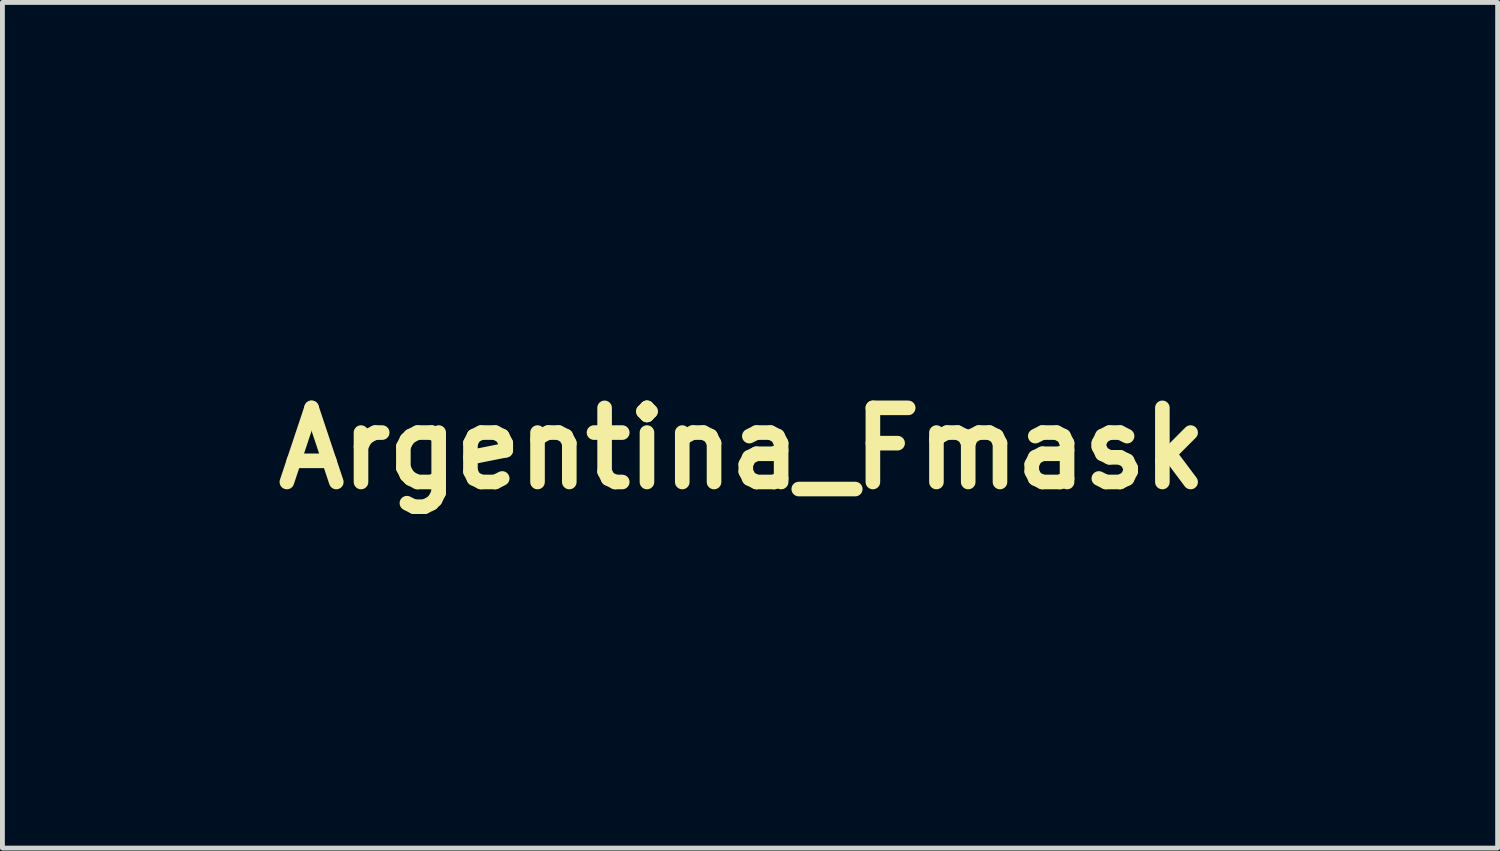
<source format=kicad_pcb>
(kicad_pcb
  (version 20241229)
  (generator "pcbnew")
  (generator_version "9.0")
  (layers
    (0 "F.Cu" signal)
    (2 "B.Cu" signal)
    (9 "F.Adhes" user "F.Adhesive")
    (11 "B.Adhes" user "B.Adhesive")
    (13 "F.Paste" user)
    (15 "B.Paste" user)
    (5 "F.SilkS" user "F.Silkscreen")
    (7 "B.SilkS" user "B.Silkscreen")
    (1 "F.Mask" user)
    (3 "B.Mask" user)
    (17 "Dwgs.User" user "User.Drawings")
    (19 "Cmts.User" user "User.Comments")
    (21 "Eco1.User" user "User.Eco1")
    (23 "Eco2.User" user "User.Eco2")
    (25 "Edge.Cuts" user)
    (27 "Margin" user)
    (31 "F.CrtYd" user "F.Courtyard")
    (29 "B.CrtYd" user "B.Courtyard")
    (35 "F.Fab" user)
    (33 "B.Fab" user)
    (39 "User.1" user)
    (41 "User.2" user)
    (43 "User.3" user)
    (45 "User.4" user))
  (footprint "Argentina_Fmask"
    (layer "F.Cu")
    (at 12.209 6.169)
    (property "Reference" "Argentina_Fmask" (at 0 0 0) (layer "F.SilkS") (effects (font (size 1.524 1.524) (thickness 0.3))))
    (attr through_hole)
    (fp_poly (pts (xy 4.425 -6.134) (xy 4.548 -6.054) (xy 4.646 -5.942) (xy 4.701 -5.815) (xy 4.707 -5.757) (xy 4.677 -5.638) (xy 4.599 -5.521) (xy 4.491 -5.423) (xy 4.371 -5.362) (xy 4.301 -5.351) (xy 4.215 -5.369) (xy 4.117 -5.412) (xy 4.108 -5.417) (xy 4.002 -5.51) (xy 3.926 -5.631) (xy 3.895 -5.753) (xy 3.895 -5.757) (xy 3.925 -5.882) (xy 4.003 -6.002) (xy 4.112 -6.099) (xy 4.235 -6.156) (xy 4.294 -6.164) (xy 4.425 -6.134)) (stroke (width 0.01) (type solid)) (fill yes) (layer "F.Mask"))
    (fp_poly (pts (xy 4.657 -3.518) (xy 4.656 -3.129) (xy 4.654 -2.798) (xy 4.65 -2.525) (xy 4.645 -2.313) (xy 4.638 -2.163) (xy 4.629 -2.078) (xy 4.623 -2.058) (xy 4.574 -2.046) (xy 4.479 -2.039) (xy 4.36 -2.036) (xy 4.238 -2.037) (xy 4.135 -2.043) (xy 4.073 -2.054) (xy 4.072 -2.054) (xy 4.06 -2.074) (xy 4.051 -2.128) (xy 4.043 -2.219) (xy 4.037 -2.354) (xy 4.034 -2.539) (xy 4.031 -2.779) (xy 4.03 -3.078) (xy 4.03 -3.205) (xy 4.029 -3.539) (xy 4.027 -3.813) (xy 4.023 -4.036) (xy 4.017 -4.215) (xy 4.008 -4.357) (xy 3.997 -4.472) (xy 3.983 -4.566) (xy 3.977 -4.595) (xy 3.95 -4.753) (xy 3.946 -4.851) (xy 3.958 -4.886) (xy 4.005 -4.903) (xy 4.103 -4.918) (xy 4.236 -4.931) (xy 4.325 -4.937) (xy 4.657 -4.953) (xy 4.657 -3.518)) (stroke (width 0.01) (type solid)) (fill yes) (layer "F.Mask"))
    (fp_poly (pts (xy -7.205 -4.972) (xy -6.993 -4.961) (xy -6.983 -4.799) (xy -6.986 -4.692) (xy -7.002 -4.569) (xy -7.029 -4.447) (xy -7.06 -4.345) (xy -7.093 -4.28) (xy -7.112 -4.267) (xy -7.16 -4.284) (xy -7.237 -4.324) (xy -7.255 -4.335) (xy -7.412 -4.393) (xy -7.585 -4.392) (xy -7.757 -4.333) (xy -7.772 -4.325) (xy -7.908 -4.248) (xy -7.907 -3.165) (xy -7.908 -2.835) (xy -7.911 -2.559) (xy -7.917 -2.341) (xy -7.924 -2.182) (xy -7.933 -2.087) (xy -7.941 -2.058) (xy -7.991 -2.045) (xy -8.085 -2.037) (xy -8.204 -2.033) (xy -8.327 -2.034) (xy -8.432 -2.039) (xy -8.499 -2.049) (xy -8.512 -2.055) (xy -8.517 -2.093) (xy -8.522 -2.19) (xy -8.527 -2.34) (xy -8.53 -2.532) (xy -8.533 -2.759) (xy -8.534 -3.013) (xy -8.534 -3.178) (xy -8.536 -3.475) (xy -8.539 -3.759) (xy -8.545 -4.02) (xy -8.552 -4.247) (xy -8.561 -4.43) (xy -8.57 -4.558) (xy -8.573 -4.579) (xy -8.587 -4.715) (xy -8.594 -4.825) (xy -8.591 -4.892) (xy -8.587 -4.903) (xy -8.545 -4.915) (xy -8.451 -4.926) (xy -8.32 -4.935) (xy -8.223 -4.939) (xy -7.882 -4.951) (xy -7.906 -4.762) (xy -7.916 -4.659) (xy -7.919 -4.59) (xy -7.915 -4.572) (xy -7.889 -4.598) (xy -7.841 -4.663) (xy -7.808 -4.71) (xy -7.678 -4.851) (xy -7.508 -4.938) (xy -7.296 -4.972) (xy -7.205 -4.972)) (stroke (width 0.01) (type solid)) (fill yes) (layer "F.Mask"))
    (fp_poly (pts (xy 2.743 -4.911) (xy 3.522 -4.911) (xy 3.522 -4.714) (xy 3.515 -4.6) (xy 3.498 -4.512) (xy 3.481 -4.477) (xy 3.426 -4.454) (xy 3.33 -4.439) (xy 3.27 -4.436) (xy 3.127 -4.432) (xy 2.972 -4.42) (xy 2.919 -4.414) (xy 2.738 -4.393) (xy 2.749 -3.509) (xy 2.753 -3.222) (xy 2.758 -2.994) (xy 2.766 -2.82) (xy 2.779 -2.689) (xy 2.797 -2.596) (xy 2.823 -2.532) (xy 2.859 -2.489) (xy 2.905 -2.461) (xy 2.964 -2.438) (xy 2.976 -2.434) (xy 3.077 -2.416) (xy 3.207 -2.41) (xy 3.287 -2.414) (xy 3.408 -2.419) (xy 3.479 -2.398) (xy 3.512 -2.338) (xy 3.521 -2.227) (xy 3.522 -2.195) (xy 3.517 -2.148) (xy 3.495 -2.116) (xy 3.439 -2.091) (xy 3.337 -2.066) (xy 3.277 -2.053) (xy 3.052 -2.009) (xy 2.89 -1.984) (xy 2.79 -1.977) (xy 2.76 -1.981) (xy 2.707 -1.994) (xy 2.618 -2.011) (xy 2.599 -2.014) (xy 2.44 -2.073) (xy 2.306 -2.189) (xy 2.209 -2.35) (xy 2.181 -2.429) (xy 2.164 -2.498) (xy 2.151 -2.579) (xy 2.142 -2.681) (xy 2.137 -2.813) (xy 2.135 -2.985) (xy 2.135 -3.206) (xy 2.138 -3.484) (xy 2.138 -3.509) (xy 2.151 -4.403) (xy 1.973 -4.403) (xy 1.868 -4.406) (xy 1.811 -4.421) (xy 1.784 -4.457) (xy 1.776 -4.483) (xy 1.765 -4.574) (xy 1.767 -4.675) (xy 1.778 -4.741) (xy 1.807 -4.781) (xy 1.871 -4.81) (xy 1.964 -4.835) (xy 2.07 -4.868) (xy 2.149 -4.902) (xy 2.175 -4.922) (xy 2.189 -4.976) (xy 2.199 -5.073) (xy 2.201 -5.148) (xy 2.21 -5.317) (xy 2.24 -5.432) (xy 2.304 -5.506) (xy 2.412 -5.55) (xy 2.576 -5.578) (xy 2.581 -5.578) (xy 2.743 -5.597) (xy 2.743 -4.911)) (stroke (width 0.01) (type solid)) (fill yes) (layer "F.Mask"))
    (fp_poly (pts (xy -2.379 -4.957) (xy -2.138 -4.892) (xy -1.943 -4.781) (xy -1.79 -4.622) (xy -1.705 -4.479) (xy -1.659 -4.378) (xy -1.63 -4.283) (xy -1.612 -4.174) (xy -1.601 -4.029) (xy -1.598 -3.929) (xy -1.596 -3.764) (xy -1.601 -3.62) (xy -1.613 -3.515) (xy -1.622 -3.48) (xy -1.658 -3.387) (xy -3.362 -3.387) (xy -3.338 -3.209) (xy -3.301 -2.997) (xy -3.248 -2.834) (xy -3.173 -2.705) (xy -3.117 -2.639) (xy -2.954 -2.515) (xy -2.759 -2.449) (xy -2.531 -2.442) (xy -2.27 -2.494) (xy -1.988 -2.599) (xy -1.865 -2.648) (xy -1.789 -2.662) (xy -1.755 -2.649) (xy -1.734 -2.599) (xy -1.715 -2.502) (xy -1.702 -2.379) (xy -1.685 -2.146) (xy -1.935 -2.066) (xy -2.146 -2.015) (xy -2.385 -1.984) (xy -2.628 -1.972) (xy -2.854 -1.982) (xy -3.039 -2.014) (xy -3.04 -2.015) (xy -3.311 -2.118) (xy -3.531 -2.265) (xy -3.704 -2.458) (xy -3.832 -2.699) (xy -3.914 -2.975) (xy -3.955 -3.277) (xy -3.959 -3.587) (xy -3.933 -3.82) (xy -3.318 -3.82) (xy -3.294 -3.772) (xy -3.26 -3.772) (xy -3.206 -3.779) (xy -3.098 -3.788) (xy -2.95 -3.798) (xy -2.776 -3.808) (xy -2.701 -3.812) (xy -2.201 -3.835) (xy -2.201 -3.935) (xy -2.218 -4.093) (xy -2.263 -4.249) (xy -2.327 -4.376) (xy -2.361 -4.417) (xy -2.47 -4.486) (xy -2.617 -4.526) (xy -2.776 -4.532) (xy -2.845 -4.521) (xy -2.984 -4.46) (xy -3.113 -4.35) (xy -3.217 -4.208) (xy -3.268 -4.088) (xy -3.309 -3.925) (xy -3.318 -3.82) (xy -3.933 -3.82) (xy -3.925 -3.889) (xy -3.858 -4.169) (xy -3.758 -4.41) (xy -3.707 -4.496) (xy -3.552 -4.687) (xy -3.369 -4.827) (xy -3.152 -4.919) (xy -2.892 -4.968) (xy -2.67 -4.978) (xy -2.379 -4.957)) (stroke (width 0.01) (type solid)) (fill yes) (layer "F.Mask"))
    (fp_poly (pts (xy -10.511 -5.987) (xy -10.289 -5.977) (xy -9.688 -4.335) (xy -9.568 -4.007) (xy -9.451 -3.69) (xy -9.339 -3.391) (xy -9.237 -3.118) (xy -9.146 -2.878) (xy -9.069 -2.678) (xy -9.009 -2.526) (xy -8.969 -2.429) (xy -8.963 -2.417) (xy -8.908 -2.29) (xy -8.865 -2.186) (xy -8.842 -2.119) (xy -8.839 -2.107) (xy -8.87 -2.084) (xy -8.953 -2.064) (xy -9.071 -2.048) (xy -9.207 -2.037) (xy -9.347 -2.035) (xy -9.428 -2.038) (xy -9.594 -2.049) (xy -9.735 -2.523) (xy -9.876 -2.997) (xy -11.258 -2.997) (xy -11.395 -2.547) (xy -11.448 -2.381) (xy -11.5 -2.237) (xy -11.544 -2.13) (xy -11.576 -2.071) (xy -11.582 -2.065) (xy -11.644 -2.048) (xy -11.75 -2.038) (xy -11.879 -2.034) (xy -12.009 -2.036) (xy -12.118 -2.045) (xy -12.184 -2.06) (xy -12.187 -2.062) (xy -12.204 -2.088) (xy -12.201 -2.139) (xy -12.175 -2.228) (xy -12.124 -2.364) (xy -12.113 -2.392) (xy -12.066 -2.512) (xy -12.002 -2.681) (xy -11.924 -2.892) (xy -11.835 -3.137) (xy -11.737 -3.406) (xy -11.678 -3.569) (xy -11.068 -3.569) (xy -11.062 -3.551) (xy -11.026 -3.538) (xy -10.952 -3.529) (xy -10.831 -3.524) (xy -10.656 -3.522) (xy -10.556 -3.522) (xy -10.033 -3.522) (xy -10.29 -4.318) (xy -10.361 -4.537) (xy -10.426 -4.733) (xy -10.482 -4.897) (xy -10.526 -5.021) (xy -10.555 -5.095) (xy -10.565 -5.114) (xy -10.578 -5.083) (xy -10.609 -4.999) (xy -10.653 -4.871) (xy -10.706 -4.711) (xy -10.766 -4.53) (xy -10.829 -4.337) (xy -10.892 -4.144) (xy -10.95 -3.962) (xy -11 -3.801) (xy -11.039 -3.672) (xy -11.064 -3.586) (xy -11.068 -3.569) (xy -11.678 -3.569) (xy -11.633 -3.693) (xy -11.526 -3.99) (xy -11.419 -4.287) (xy -11.316 -4.577) (xy -11.218 -4.852) (xy -11.13 -5.104) (xy -11.053 -5.324) (xy -10.99 -5.505) (xy -10.945 -5.639) (xy -10.921 -5.716) (xy -10.875 -5.848) (xy -10.827 -5.937) (xy -10.798 -5.963) (xy -10.732 -5.98) (xy -10.624 -5.988) (xy -10.511 -5.987)) (stroke (width 0.01) (type solid)) (fill yes) (layer "F.Mask"))
    (fp_poly (pts (xy 0.755 -4.957) (xy 0.942 -4.891) (xy 1.102 -4.773) (xy 1.108 -4.768) (xy 1.159 -4.714) (xy 1.201 -4.658) (xy 1.235 -4.591) (xy 1.262 -4.507) (xy 1.283 -4.398) (xy 1.299 -4.258) (xy 1.311 -4.079) (xy 1.32 -3.854) (xy 1.327 -3.576) (xy 1.334 -3.238) (xy 1.334 -3.212) (xy 1.34 -2.897) (xy 1.345 -2.644) (xy 1.346 -2.445) (xy 1.343 -2.293) (xy 1.334 -2.184) (xy 1.317 -2.109) (xy 1.289 -2.063) (xy 1.251 -2.039) (xy 1.199 -2.03) (xy 1.133 -2.03) (xy 1.051 -2.032) (xy 1.033 -2.032) (xy 0.946 -2.03) (xy 0.876 -2.03) (xy 0.821 -2.037) (xy 0.78 -2.06) (xy 0.75 -2.103) (xy 0.731 -2.174) (xy 0.719 -2.28) (xy 0.713 -2.427) (xy 0.711 -2.622) (xy 0.711 -2.872) (xy 0.711 -3.17) (xy 0.711 -4.266) (xy 0.612 -4.377) (xy 0.555 -4.436) (xy 0.503 -4.468) (xy 0.432 -4.482) (xy 0.321 -4.484) (xy 0.282 -4.483) (xy 0.008 -4.45) (xy -0.152 -4.398) (xy -0.356 -4.318) (xy -0.365 -3.202) (xy -0.368 -2.877) (xy -0.372 -2.614) (xy -0.377 -2.409) (xy -0.384 -2.256) (xy -0.392 -2.15) (xy -0.403 -2.087) (xy -0.415 -2.06) (xy -0.415 -2.06) (xy -0.472 -2.045) (xy -0.573 -2.037) (xy -0.697 -2.034) (xy -0.819 -2.036) (xy -0.919 -2.045) (xy -0.97 -2.058) (xy -0.982 -2.086) (xy -0.991 -2.159) (xy -0.998 -2.279) (xy -1.002 -2.451) (xy -1.005 -2.68) (xy -1.005 -2.969) (xy -1.004 -3.217) (xy -1.004 -3.588) (xy -1.006 -3.897) (xy -1.011 -4.149) (xy -1.019 -4.349) (xy -1.03 -4.503) (xy -1.044 -4.617) (xy -1.044 -4.617) (xy -1.063 -4.744) (xy -1.071 -4.845) (xy -1.069 -4.9) (xy -1.067 -4.905) (xy -1.025 -4.915) (xy -0.932 -4.922) (xy -0.801 -4.927) (xy -0.701 -4.928) (xy -0.358 -4.928) (xy -0.368 -4.759) (xy -0.379 -4.591) (xy -0.212 -4.747) (xy -0.078 -4.852) (xy 0.068 -4.922) (xy 0.243 -4.962) (xy 0.462 -4.978) (xy 0.528 -4.978) (xy 0.755 -4.957)) (stroke (width 0.01) (type solid)) (fill yes) (layer "F.Mask"))
    (fp_poly (pts (xy 7.171 -4.96) (xy 7.361 -4.901) (xy 7.512 -4.798) (xy 7.635 -4.643) (xy 7.666 -4.589) (xy 7.685 -4.55) (xy 7.701 -4.508) (xy 7.714 -4.456) (xy 7.724 -4.386) (xy 7.731 -4.291) (xy 7.738 -4.163) (xy 7.743 -3.995) (xy 7.748 -3.779) (xy 7.752 -3.509) (xy 7.755 -3.268) (xy 7.76 -2.912) (xy 7.761 -2.616) (xy 7.759 -2.381) (xy 7.755 -2.208) (xy 7.748 -2.1) (xy 7.739 -2.058) (xy 7.739 -2.058) (xy 7.689 -2.046) (xy 7.594 -2.037) (xy 7.474 -2.033) (xy 7.35 -2.033) (xy 7.244 -2.038) (xy 7.178 -2.048) (xy 7.174 -2.049) (xy 7.161 -2.066) (xy 7.151 -2.108) (xy 7.144 -2.183) (xy 7.139 -2.296) (xy 7.136 -2.454) (xy 7.136 -2.664) (xy 7.137 -2.93) (xy 7.138 -3.141) (xy 7.141 -3.458) (xy 7.142 -3.714) (xy 7.139 -3.917) (xy 7.133 -4.073) (xy 7.122 -4.191) (xy 7.104 -4.276) (xy 7.079 -4.337) (xy 7.045 -4.38) (xy 7.001 -4.413) (xy 6.946 -4.442) (xy 6.928 -4.451) (xy 6.842 -4.487) (xy 6.763 -4.5) (xy 6.661 -4.492) (xy 6.589 -4.481) (xy 6.437 -4.446) (xy 6.279 -4.397) (xy 6.202 -4.367) (xy 6.021 -4.29) (xy 6.033 -3.178) (xy 6.036 -2.865) (xy 6.037 -2.613) (xy 6.037 -2.417) (xy 6.034 -2.27) (xy 6.029 -2.166) (xy 6.021 -2.098) (xy 6.011 -2.061) (xy 6 -2.049) (xy 5.944 -2.041) (xy 5.843 -2.036) (xy 5.72 -2.035) (xy 5.596 -2.037) (xy 5.494 -2.043) (xy 5.437 -2.051) (xy 5.436 -2.052) (xy 5.425 -2.09) (xy 5.418 -2.194) (xy 5.413 -2.361) (xy 5.41 -2.59) (xy 5.411 -2.878) (xy 5.413 -3.124) (xy 5.415 -3.492) (xy 5.413 -3.821) (xy 5.407 -4.105) (xy 5.399 -4.336) (xy 5.386 -4.507) (xy 5.384 -4.532) (xy 5.369 -4.679) (xy 5.362 -4.8) (xy 5.362 -4.88) (xy 5.367 -4.904) (xy 5.409 -4.915) (xy 5.503 -4.926) (xy 5.633 -4.935) (xy 5.731 -4.939) (xy 6.071 -4.951) (xy 6.023 -4.555) (xy 6.17 -4.712) (xy 6.317 -4.838) (xy 6.492 -4.921) (xy 6.706 -4.966) (xy 6.933 -4.978) (xy 7.171 -4.96)) (stroke (width 0.01) (type solid)) (fill yes) (layer "F.Mask"))
    (fp_poly (pts (xy 9.537 -4.975) (xy 9.653 -4.967) (xy 9.749 -4.951) (xy 9.834 -4.928) (xy 10.051 -4.827) (xy 10.232 -4.676) (xy 10.364 -4.487) (xy 10.368 -4.479) (xy 10.391 -4.429) (xy 10.41 -4.377) (xy 10.424 -4.316) (xy 10.435 -4.236) (xy 10.444 -4.129) (xy 10.452 -3.986) (xy 10.459 -3.799) (xy 10.466 -3.559) (xy 10.471 -3.353) (xy 10.478 -3.095) (xy 10.487 -2.853) (xy 10.497 -2.636) (xy 10.508 -2.454) (xy 10.518 -2.319) (xy 10.527 -2.239) (xy 10.528 -2.235) (xy 10.542 -2.138) (xy 10.54 -2.069) (xy 10.533 -2.053) (xy 10.488 -2.04) (xy 10.392 -2.029) (xy 10.261 -2.022) (xy 10.171 -2.019) (xy 9.838 -2.015) (xy 9.848 -2.201) (xy 9.859 -2.388) (xy 9.711 -2.23) (xy 9.603 -2.129) (xy 9.488 -2.059) (xy 9.351 -2.014) (xy 9.173 -1.987) (xy 9.042 -1.977) (xy 8.871 -1.975) (xy 8.746 -1.99) (xy 8.67 -2.016) (xy 8.486 -2.129) (xy 8.351 -2.285) (xy 8.26 -2.488) (xy 8.226 -2.627) (xy 8.214 -2.827) (xy 8.839 -2.827) (xy 8.852 -2.678) (xy 8.897 -2.575) (xy 8.982 -2.5) (xy 9.001 -2.489) (xy 9.122 -2.453) (xy 9.282 -2.451) (xy 9.461 -2.483) (xy 9.641 -2.545) (xy 9.663 -2.556) (xy 9.855 -2.647) (xy 9.855 -3.294) (xy 9.603 -3.272) (xy 9.336 -3.237) (xy 9.132 -3.184) (xy 8.984 -3.112) (xy 8.89 -3.018) (xy 8.845 -2.898) (xy 8.839 -2.827) (xy 8.214 -2.827) (xy 8.211 -2.872) (xy 8.258 -3.095) (xy 8.363 -3.289) (xy 8.523 -3.448) (xy 8.712 -3.556) (xy 8.87 -3.613) (xy 9.07 -3.666) (xy 9.285 -3.712) (xy 9.491 -3.744) (xy 9.661 -3.759) (xy 9.677 -3.759) (xy 9.855 -3.759) (xy 9.855 -3.869) (xy 9.827 -4.077) (xy 9.749 -4.252) (xy 9.625 -4.385) (xy 9.46 -4.468) (xy 9.446 -4.472) (xy 9.285 -4.492) (xy 9.091 -4.479) (xy 8.888 -4.437) (xy 8.701 -4.368) (xy 8.689 -4.363) (xy 8.598 -4.324) (xy 8.532 -4.307) (xy 8.514 -4.31) (xy 8.492 -4.361) (xy 8.469 -4.457) (xy 8.449 -4.575) (xy 8.436 -4.694) (xy 8.434 -4.746) (xy 8.438 -4.824) (xy 8.465 -4.867) (xy 8.533 -4.896) (xy 8.577 -4.909) (xy 8.665 -4.926) (xy 8.803 -4.942) (xy 8.973 -4.957) (xy 9.157 -4.967) (xy 9.183 -4.968) (xy 9.386 -4.975) (xy 9.537 -4.975)) (stroke (width 0.01) (type solid)) (fill yes) (layer "F.Mask"))
    (fp_poly (pts (xy -4.217 -4.966) (xy -4.187 -4.935) (xy -4.171 -4.862) (xy -4.166 -4.735) (xy -4.166 -4.734) (xy -4.17 -4.607) (xy -4.179 -4.497) (xy -4.188 -4.441) (xy -4.21 -4.39) (xy -4.253 -4.372) (xy -4.339 -4.379) (xy -4.342 -4.379) (xy -4.456 -4.41) (xy -4.577 -4.466) (xy -4.608 -4.484) (xy -4.689 -4.536) (xy -4.745 -4.568) (xy -4.757 -4.572) (xy -4.75 -4.547) (xy -4.713 -4.485) (xy -4.69 -4.449) (xy -4.591 -4.246) (xy -4.548 -4.023) (xy -4.559 -3.793) (xy -4.621 -3.571) (xy -4.733 -3.37) (xy -4.89 -3.204) (xy -4.904 -3.193) (xy -5.069 -3.091) (xy -5.252 -3.025) (xy -5.468 -2.99) (xy -5.73 -2.986) (xy -5.784 -2.988) (xy -6.138 -3.003) (xy -6.185 -2.891) (xy -6.225 -2.762) (xy -6.22 -2.668) (xy -6.167 -2.594) (xy -6.166 -2.593) (xy -6.133 -2.572) (xy -6.08 -2.554) (xy -5.998 -2.541) (xy -5.878 -2.529) (xy -5.709 -2.518) (xy -5.483 -2.508) (xy -5.464 -2.507) (xy -5.185 -2.492) (xy -4.964 -2.474) (xy -4.793 -2.45) (xy -4.66 -2.418) (xy -4.558 -2.375) (xy -4.475 -2.319) (xy -4.405 -2.25) (xy -4.295 -2.08) (xy -4.247 -1.899) (xy -4.256 -1.712) (xy -4.319 -1.527) (xy -4.433 -1.349) (xy -4.592 -1.185) (xy -4.794 -1.041) (xy -5.035 -0.923) (xy -5.232 -0.858) (xy -5.404 -0.825) (xy -5.616 -0.803) (xy -5.84 -0.795) (xy -6.049 -0.8) (xy -6.173 -0.814) (xy -6.418 -0.873) (xy -6.624 -0.964) (xy -6.784 -1.082) (xy -6.888 -1.222) (xy -6.911 -1.277) (xy -6.929 -1.435) (xy -6.893 -1.608) (xy -6.388 -1.608) (xy -6.354 -1.476) (xy -6.259 -1.37) (xy -6.105 -1.294) (xy -6.045 -1.277) (xy -5.924 -1.261) (xy -5.762 -1.256) (xy -5.583 -1.262) (xy -5.412 -1.277) (xy -5.274 -1.3) (xy -5.249 -1.307) (xy -5.078 -1.38) (xy -4.945 -1.48) (xy -4.858 -1.599) (xy -4.823 -1.725) (xy -4.848 -1.85) (xy -4.849 -1.852) (xy -4.888 -1.912) (xy -4.948 -1.957) (xy -5.037 -1.99) (xy -5.164 -2.011) (xy -5.337 -2.024) (xy -5.566 -2.029) (xy -5.662 -2.03) (xy -6.193 -2.032) (xy -6.266 -1.929) (xy -6.359 -1.76) (xy -6.388 -1.608) (xy -6.893 -1.608) (xy -6.891 -1.616) (xy -6.799 -1.812) (xy -6.72 -1.93) (xy -6.573 -2.13) (xy -6.69 -2.247) (xy -6.77 -2.349) (xy -6.805 -2.454) (xy -6.792 -2.572) (xy -6.73 -2.711) (xy -6.617 -2.879) (xy -6.548 -2.969) (xy -6.484 -3.052) (xy -6.443 -3.114) (xy -6.435 -3.133) (xy -6.455 -3.169) (xy -6.509 -3.238) (xy -6.566 -3.305) (xy -6.693 -3.495) (xy -6.767 -3.72) (xy -6.79 -3.979) (xy -6.197 -3.979) (xy -6.175 -3.768) (xy -6.108 -3.608) (xy -5.995 -3.499) (xy -5.837 -3.44) (xy -5.636 -3.431) (xy -5.509 -3.448) (xy -5.397 -3.478) (xy -5.342 -3.503) (xy -5.238 -3.611) (xy -5.172 -3.77) (xy -5.148 -3.973) (xy -5.148 -3.984) (xy -5.172 -4.192) (xy -5.244 -4.352) (xy -5.362 -4.463) (xy -5.526 -4.525) (xy -5.672 -4.538) (xy -5.87 -4.514) (xy -6.021 -4.44) (xy -6.126 -4.317) (xy -6.184 -4.145) (xy -6.197 -3.979) (xy -6.79 -3.979) (xy -6.763 -4.252) (xy -6.681 -4.485) (xy -6.544 -4.678) (xy -6.352 -4.832) (xy -6.287 -4.87) (xy -6.209 -4.908) (xy -6.138 -4.934) (xy -6.058 -4.95) (xy -5.953 -4.958) (xy -5.806 -4.961) (xy -5.69 -4.961) (xy -5.504 -4.96) (xy -5.369 -4.954) (xy -5.269 -4.942) (xy -5.188 -4.92) (xy -5.108 -4.888) (xy -5.097 -4.883) (xy -4.928 -4.805) (xy -4.598 -4.896) (xy -4.454 -4.932) (xy -4.33 -4.957) (xy -4.245 -4.968) (xy -4.217 -4.966)) (stroke (width 0.01) (type solid)) (fill yes) (layer "F.Mask"))
    (fp_poly (pts (xy 1.236 -1.007) (xy 1.603 -0.973) (xy 1.953 -0.901) (xy 2.299 -0.787) (xy 2.652 -0.626) (xy 3.026 -0.413) (xy 3.167 -0.324) (xy 3.282 -0.245) (xy 3.428 -0.139) (xy 3.593 -0.014) (xy 3.766 0.119) (xy 3.936 0.253) (xy 4.092 0.379) (xy 4.222 0.488) (xy 4.315 0.571) (xy 4.348 0.605) (xy 4.412 0.676) (xy 4.648 0.465) (xy 4.93 0.219) (xy 5.18 0.018) (xy 5.407 -0.145) (xy 5.621 -0.277) (xy 5.833 -0.384) (xy 6.052 -0.472) (xy 6.333 -0.558) (xy 6.608 -0.612) (xy 6.867 -0.632) (xy 7.102 -0.62) (xy 7.3 -0.576) (xy 7.454 -0.5) (xy 7.506 -0.454) (xy 7.567 -0.373) (xy 7.631 -0.262) (xy 7.691 -0.138) (xy 7.739 -0.016) (xy 7.77 0.087) (xy 7.776 0.154) (xy 7.77 0.168) (xy 7.722 0.174) (xy 7.624 0.159) (xy 7.486 0.125) (xy 7.455 0.116) (xy 7.109 0.044) (xy 6.775 0.031) (xy 6.449 0.081) (xy 6.128 0.193) (xy 5.809 0.369) (xy 5.488 0.611) (xy 5.192 0.887) (xy 4.949 1.135) (xy 5.429 1.531) (xy 5.602 1.672) (xy 5.776 1.813) (xy 5.936 1.941) (xy 6.068 2.045) (xy 6.139 2.099) (xy 6.367 2.272) (xy 6.772 1.901) (xy 7.182 1.54) (xy 7.568 1.236) (xy 7.936 0.986) (xy 8.292 0.785) (xy 8.644 0.631) (xy 8.998 0.521) (xy 9.361 0.451) (xy 9.739 0.417) (xy 9.771 0.416) (xy 10.182 0.422) (xy 10.606 0.465) (xy 11.024 0.542) (xy 11.419 0.65) (xy 11.772 0.785) (xy 11.854 0.823) (xy 11.953 0.873) (xy 12.022 0.918) (xy 12.077 0.972) (xy 12.128 1.049) (xy 12.188 1.164) (xy 12.233 1.253) (xy 12.312 1.423) (xy 12.387 1.606) (xy 12.448 1.773) (xy 12.468 1.836) (xy 12.505 1.967) (xy 12.523 2.05) (xy 12.522 2.101) (xy 12.505 2.138) (xy 12.483 2.164) (xy 12.45 2.196) (xy 12.417 2.206) (xy 12.368 2.189) (xy 12.288 2.142) (xy 12.215 2.095) (xy 11.779 1.851) (xy 11.303 1.656) (xy 10.798 1.513) (xy 10.273 1.424) (xy 9.978 1.401) (xy 9.624 1.404) (xy 9.286 1.453) (xy 8.957 1.55) (xy 8.631 1.698) (xy 8.301 1.901) (xy 7.961 2.162) (xy 7.605 2.482) (xy 7.589 2.497) (xy 7.456 2.625) (xy 7.366 2.719) (xy 7.321 2.788) (xy 7.325 2.843) (xy 7.38 2.894) (xy 7.489 2.952) (xy 7.655 3.025) (xy 7.742 3.063) (xy 8.278 3.269) (xy 8.808 3.415) (xy 9.346 3.503) (xy 9.909 3.537) (xy 9.932 3.537) (xy 10.128 3.54) (xy 10.268 3.544) (xy 10.364 3.552) (xy 10.427 3.565) (xy 10.469 3.584) (xy 10.501 3.611) (xy 10.57 3.68) (xy 10.439 3.847) (xy 10.092 4.244) (xy 9.731 4.579) (xy 9.693 4.609) (xy 9.436 4.816) (xy 8.977 4.801) (xy 8.656 4.777) (xy 8.337 4.726) (xy 8.011 4.644) (xy 7.668 4.53) (xy 7.297 4.378) (xy 6.89 4.188) (xy 6.665 4.075) (xy 6.235 3.853) (xy 5.936 4.129) (xy 5.562 4.451) (xy 5.199 4.719) (xy 4.85 4.932) (xy 4.519 5.086) (xy 4.279 5.163) (xy 4.095 5.195) (xy 3.873 5.21) (xy 3.64 5.209) (xy 3.422 5.193) (xy 3.251 5.162) (xy 3.058 5.101) (xy 2.863 5.02) (xy 2.659 4.914) (xy 2.438 4.777) (xy 2.193 4.606) (xy 1.917 4.397) (xy 1.603 4.144) (xy 1.52 4.075) (xy 1.349 3.933) (xy 1.18 3.795) (xy 1.026 3.671) (xy 0.9 3.571) (xy 0.83 3.516) (xy 0.331 3.167) (xy 2.196 3.167) (xy 2.563 3.442) (xy 2.774 3.598) (xy 2.946 3.722) (xy 3.091 3.823) (xy 3.225 3.909) (xy 3.361 3.991) (xy 3.454 4.045) (xy 3.574 4.11) (xy 3.663 4.145) (xy 3.746 4.158) (xy 3.851 4.155) (xy 3.883 4.152) (xy 4.036 4.128) (xy 4.202 4.085) (xy 4.294 4.053) (xy 4.433 3.988) (xy 4.588 3.902) (xy 4.701 3.831) (xy 4.817 3.749) (xy 4.944 3.652) (xy 5.071 3.551) (xy 5.186 3.454) (xy 5.279 3.371) (xy 5.337 3.312) (xy 5.351 3.289) (xy 5.326 3.259) (xy 5.258 3.201) (xy 5.162 3.126) (xy 5.135 3.106) (xy 5.038 3.031) (xy 4.903 2.923) (xy 4.742 2.791) (xy 4.568 2.646) (xy 4.393 2.499) (xy 4.23 2.359) (xy 4.092 2.239) (xy 4.04 2.192) (xy 3.965 2.125) (xy 3.718 2.353) (xy 3.388 2.635) (xy 3.071 2.854) (xy 2.766 3.012) (xy 2.467 3.111) (xy 2.41 3.124) (xy 2.196 3.167) (xy 0.331 3.167) (xy 0.303 3.147) (xy -0.232 2.835) (xy -0.781 2.577) (xy -1.351 2.372) (xy -1.949 2.216) (xy -2.581 2.109) (xy -3.254 2.049) (xy -3.887 2.032) (xy -4.139 2.033) (xy -4.34 2.037) (xy -4.504 2.045) (xy -4.648 2.058) (xy -4.788 2.078) (xy -4.939 2.106) (xy -4.988 2.115) (xy -5.254 2.163) (xy -5.524 2.2) (xy -5.789 2.227) (xy -6.038 2.243) (xy -6.264 2.248) (xy -6.457 2.242) (xy -6.607 2.224) (xy -6.706 2.194) (xy -6.74 2.167) (xy -6.758 2.108) (xy -6.776 2.002) (xy -6.792 1.872) (xy -6.802 1.738) (xy -6.806 1.622) (xy -6.802 1.557) (xy -6.796 1.518) (xy -6.781 1.494) (xy -6.747 1.485) (xy -6.681 1.489) (xy -6.569 1.506) (xy -6.44 1.528) (xy -6.284 1.545) (xy -6.102 1.546) (xy -5.874 1.53) (xy -5.841 1.527) (xy -5.56 1.492) (xy -5.283 1.441) (xy -5.002 1.372) (xy -4.712 1.281) (xy -4.404 1.166) (xy -4.074 1.025) (xy -3.713 0.855) (xy -3.635 0.815) (xy -1.761 0.815) (xy -1.73 0.828) (xy -1.648 0.842) (xy -1.532 0.855) (xy -1.516 0.856) (xy -1.047 0.919) (xy -0.555 1.035) (xy -0.054 1.198) (xy 0.444 1.405) (xy 0.926 1.649) (xy 1.352 1.91) (xy 1.501 2.007) (xy 1.637 2.091) (xy 1.747 2.153) (xy 1.817 2.186) (xy 1.826 2.188) (xy 1.905 2.207) (xy 1.947 2.219) (xy 2.041 2.232) (xy 2.175 2.23) (xy 2.328 2.214) (xy 2.476 2.187) (xy 2.491 2.183) (xy 2.664 2.123) (xy 2.864 2.029) (xy 3.064 1.915) (xy 3.243 1.794) (xy 3.298 1.749) (xy 3.43 1.639) (xy 3.113 1.373) (xy 2.693 1.035) (xy 2.301 0.752) (xy 1.932 0.522) (xy 1.579 0.341) (xy 1.237 0.207) (xy 0.899 0.117) (xy 0.559 0.068) (xy 0.271 0.056) (xy -0.017 0.069) (xy -0.278 0.111) (xy -0.544 0.188) (xy -0.728 0.258) (xy -0.828 0.303) (xy -0.959 0.366) (xy -1.109 0.442) (xy -1.267 0.525) (xy -1.42 0.608) (xy -1.558 0.685) (xy -1.668 0.749) (xy -1.74 0.795) (xy -1.761 0.815) (xy -3.635 0.815) (xy -3.315 0.652) (xy -2.874 0.415) (xy -2.523 0.221) (xy -2.02 -0.055) (xy -1.564 -0.291) (xy -1.147 -0.489) (xy -0.762 -0.652) (xy -0.404 -0.781) (xy -0.064 -0.879) (xy 0.263 -0.949) (xy 0.584 -0.992) (xy 0.907 -1.01) (xy 1.236 -1.007)) (stroke (width 0.01) (type solid)) (fill yes) (layer "F.Mask")))
  (gr_rect
    (start -3 -3)
    (end 27.737 14.384)
    (stroke (width 0.1) (type default))
    (fill no)
    (layer "Edge.Cuts")))
</source>
